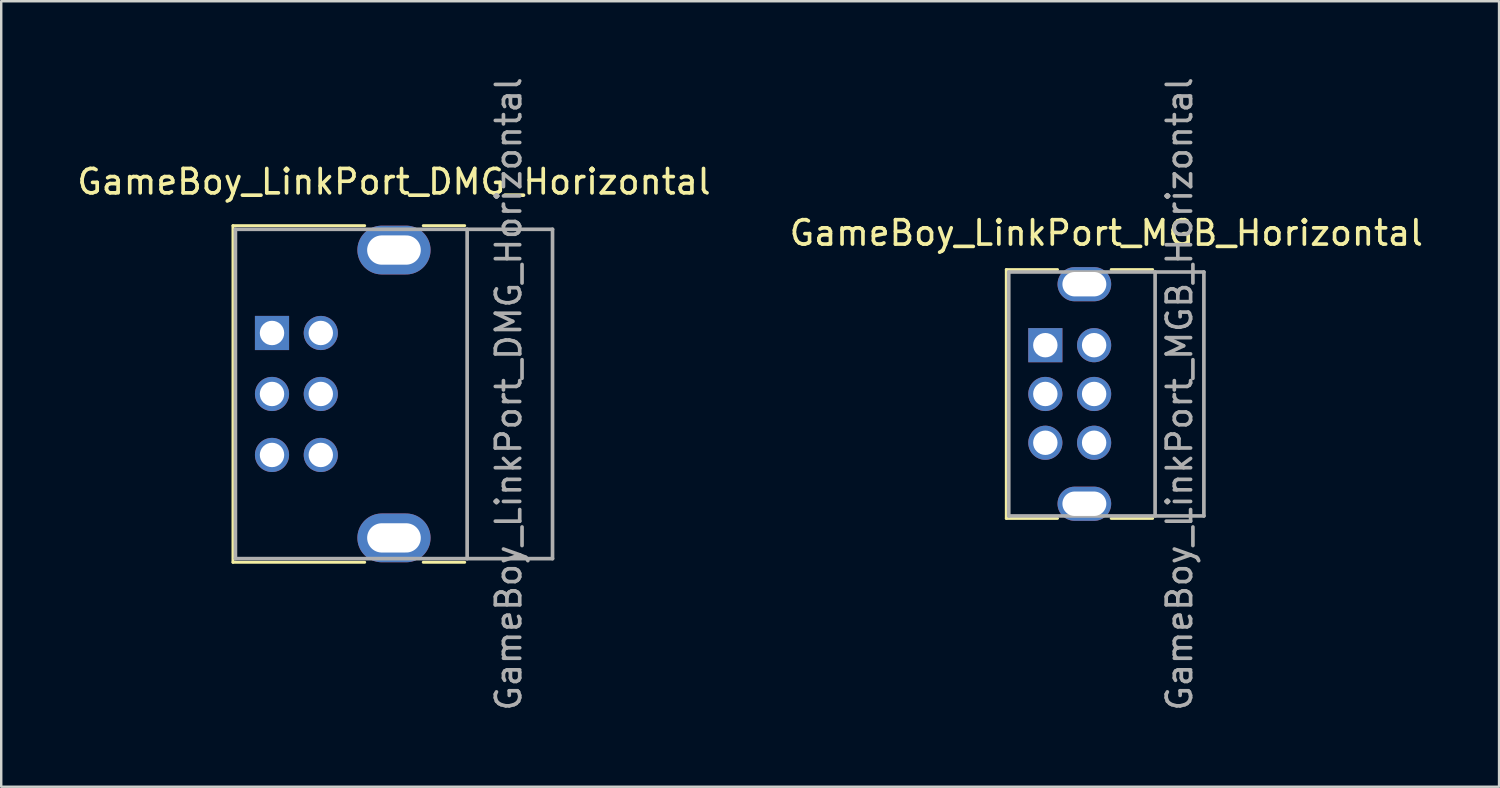
<source format=kicad_pcb>
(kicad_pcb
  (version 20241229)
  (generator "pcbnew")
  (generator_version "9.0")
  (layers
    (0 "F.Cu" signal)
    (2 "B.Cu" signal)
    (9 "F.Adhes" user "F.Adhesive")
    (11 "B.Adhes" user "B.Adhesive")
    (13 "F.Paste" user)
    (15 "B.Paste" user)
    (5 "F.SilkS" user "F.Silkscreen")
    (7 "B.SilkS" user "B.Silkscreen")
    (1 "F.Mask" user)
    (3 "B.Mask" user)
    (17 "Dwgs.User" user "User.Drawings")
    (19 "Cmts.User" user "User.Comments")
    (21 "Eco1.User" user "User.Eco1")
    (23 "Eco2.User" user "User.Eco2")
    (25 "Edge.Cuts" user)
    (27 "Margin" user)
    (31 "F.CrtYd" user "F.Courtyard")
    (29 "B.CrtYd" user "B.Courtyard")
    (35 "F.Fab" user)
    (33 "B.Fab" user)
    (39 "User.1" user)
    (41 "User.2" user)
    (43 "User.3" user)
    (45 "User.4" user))
  (footprint "GameBoy_LinkPort_DMG_Horizontal"
    (layer "F.Cu")
    (at 8.101 10.601)
    (property "Reference" "GameBoy_LinkPort_DMG_Horizontal" (at 5 -6.2 180) (layer "F.SilkS") (effects (font (size 1 1) (thickness 0.15))))
    (attr through_hole)
    (fp_line (start -1.6 -4.4) (end -1.6 9.4) (stroke (width 0.12) (type solid)) (layer "F.SilkS"))
    (fp_line (start -1.6 9.4) (end 3.8 9.4) (stroke (width 0.12) (type solid)) (layer "F.SilkS"))
    (fp_line (start 3.8 -4.4) (end -1.6 -4.4) (stroke (width 0.12) (type solid)) (layer "F.SilkS"))
    (fp_line (start 6.2 9.4) (end 7.9 9.4) (stroke (width 0.12) (type solid)) (layer "F.SilkS"))
    (fp_line (start 7.9 -4.4) (end 6.2 -4.4) (stroke (width 0.12) (type solid)) (layer "F.SilkS"))
    (fp_line (start -1.5 -4.25) (end 11.5 -4.25) (stroke (width 0.15) (type solid)) (layer "F.Fab"))
    (fp_line (start -1.5 9.25) (end -1.5 -4.25) (stroke (width 0.15) (type solid)) (layer "F.Fab"))
    (fp_line (start -1.5 9.25) (end 11.5 9.25) (stroke (width 0.15) (type solid)) (layer "F.Fab"))
    (fp_line (start 8 9.25) (end 8 -4.25) (stroke (width 0.15) (type solid)) (layer "F.Fab"))
    (fp_line (start 11.5 -4.25) (end 11.5 9.25) (stroke (width 0.15) (type solid)) (layer "F.Fab"))
    (fp_text user "${REFERENCE}" (at 9.7 2.5 270) (layer "F.Fab") (effects (font (size 1 1) (thickness 0.15))))
    (pad "1" thru_hole rect (at 0 0 90) (size 1.4 1.4) (drill 1) (layers "*.Cu" "*.Mask"))
    (pad "2" thru_hole circle (at 2 0 90) (size 1.4 1.4) (drill 1) (layers "*.Cu" "*.Mask"))
    (pad "3" thru_hole circle (at 0 2.5 90) (size 1.4 1.4) (drill 1) (layers "*.Cu" "*.Mask"))
    (pad "4" thru_hole circle (at 2 2.5 90) (size 1.4 1.4) (drill 1) (layers "*.Cu" "*.Mask"))
    (pad "5" thru_hole circle (at 0 5 90) (size 1.4 1.4) (drill 1) (layers "*.Cu" "*.Mask"))
    (pad "6" thru_hole circle (at 2 5 90) (size 1.4 1.4) (drill 1) (layers "*.Cu" "*.Mask"))
    (pad "SH" thru_hole oval (at 5 -3.4 90) (size 2 3) (drill oval 1.2 2.2) (layers "*.Cu" "*.Mask"))
    (pad "SH" thru_hole oval (at 5 8.4 90) (size 2 3) (drill oval 1.2 2.2) (layers "*.Cu" "*.Mask")))
  (footprint "GameBoy_LinkPort_MGB_Horizontal"
    (layer "F.Cu")
    (at 39.804 11.101)
    (property "Reference" "GameBoy_LinkPort_MGB_Horizontal" (at 2.5 -4.6 0) (layer "F.SilkS") (effects (font (size 1 1) (thickness 0.15))))
    (attr through_hole)
    (fp_line (start -1.6 -3.1) (end -1.6 7.1) (stroke (width 0.12) (type solid)) (layer "F.SilkS"))
    (fp_line (start -1.6 7.1) (end 0.5 7.1) (stroke (width 0.12) (type solid)) (layer "F.SilkS"))
    (fp_line (start 0.5 -3.1) (end -1.6 -3.1) (stroke (width 0.12) (type solid)) (layer "F.SilkS"))
    (fp_line (start 2.7 7.1) (end 4.4 7.1) (stroke (width 0.12) (type solid)) (layer "F.SilkS"))
    (fp_line (start 4.4 -3.1) (end 2.7 -3.1) (stroke (width 0.12) (type solid)) (layer "F.SilkS"))
    (fp_line (start -1.5 -3) (end 6.5 -3) (stroke (width 0.15) (type solid)) (layer "F.Fab"))
    (fp_line (start -1.5 7) (end -1.5 -3) (stroke (width 0.15) (type solid)) (layer "F.Fab"))
    (fp_line (start -1.5 7) (end 6.5 7) (stroke (width 0.15) (type solid)) (layer "F.Fab"))
    (fp_line (start 4.5 -3) (end 4.5 7) (stroke (width 0.15) (type solid)) (layer "F.Fab"))
    (fp_line (start 6.5 7) (end 6.5 -3) (stroke (width 0.15) (type solid)) (layer "F.Fab"))
    (fp_text user "${REFERENCE}" (at 5.5 2 90) (layer "F.Fab") (effects (font (size 1 1) (thickness 0.15))))
    (pad "1" thru_hole rect (at 0 0) (size 1.4 1.4) (drill 1) (layers "*.Cu" "*.Mask"))
    (pad "2" thru_hole circle (at 2 0) (size 1.4 1.4) (drill 1) (layers "*.Cu" "*.Mask"))
    (pad "3" thru_hole circle (at 0 2) (size 1.4 1.4) (drill 1) (layers "*.Cu" "*.Mask"))
    (pad "4" thru_hole circle (at 2 2) (size 1.4 1.4) (drill 1) (layers "*.Cu" "*.Mask"))
    (pad "5" thru_hole circle (at 0 4) (size 1.4 1.4) (drill 1) (layers "*.Cu" "*.Mask"))
    (pad "6" thru_hole circle (at 2 4) (size 1.4 1.4) (drill 1) (layers "*.Cu" "*.Mask"))
    (pad "SH" thru_hole oval (at 1.6 -2.5 90) (size 1.4 2.2) (drill oval 1 1.8) (layers "*.Cu" "*.Mask"))
    (pad "SH" thru_hole oval (at 1.6 6.5 90) (size 1.4 2.2) (drill oval 1 1.8) (layers "*.Cu" "*.Mask")))
  (gr_rect
    (start -3 -3)
    (end 58.405 29.202)
    (stroke (width 0.1) (type default))
    (fill no)
    (layer "Edge.Cuts")))
</source>
